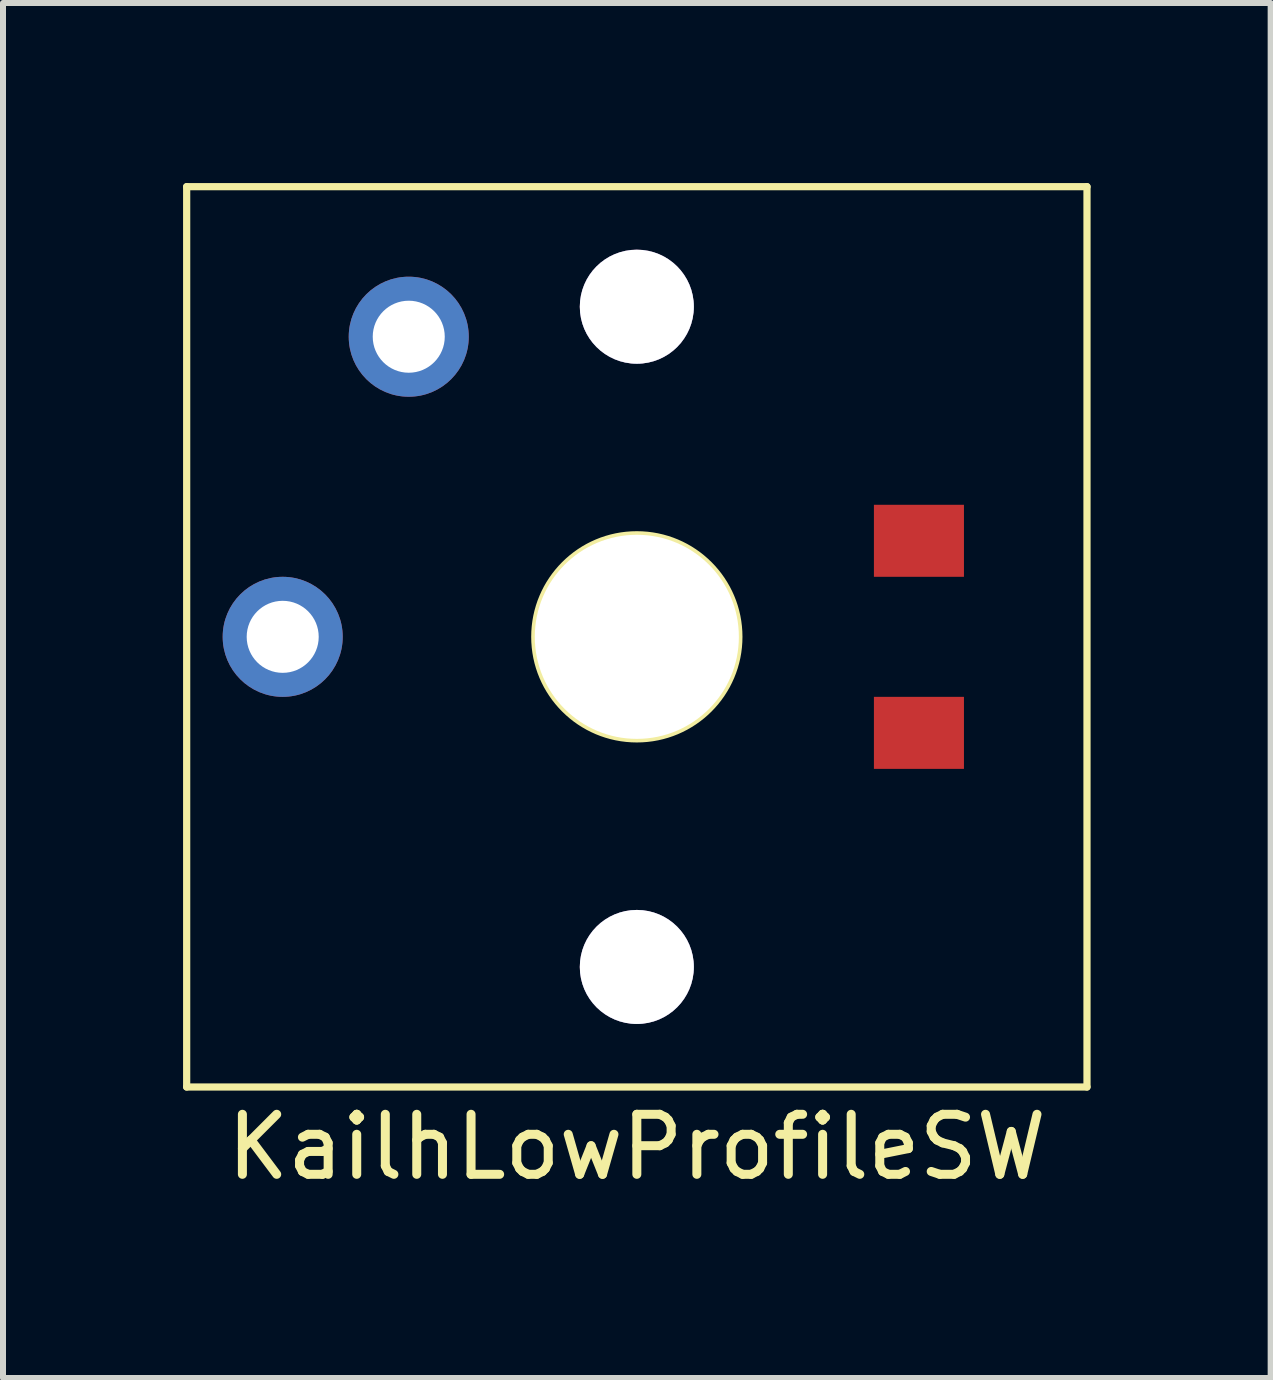
<source format=kicad_pcb>
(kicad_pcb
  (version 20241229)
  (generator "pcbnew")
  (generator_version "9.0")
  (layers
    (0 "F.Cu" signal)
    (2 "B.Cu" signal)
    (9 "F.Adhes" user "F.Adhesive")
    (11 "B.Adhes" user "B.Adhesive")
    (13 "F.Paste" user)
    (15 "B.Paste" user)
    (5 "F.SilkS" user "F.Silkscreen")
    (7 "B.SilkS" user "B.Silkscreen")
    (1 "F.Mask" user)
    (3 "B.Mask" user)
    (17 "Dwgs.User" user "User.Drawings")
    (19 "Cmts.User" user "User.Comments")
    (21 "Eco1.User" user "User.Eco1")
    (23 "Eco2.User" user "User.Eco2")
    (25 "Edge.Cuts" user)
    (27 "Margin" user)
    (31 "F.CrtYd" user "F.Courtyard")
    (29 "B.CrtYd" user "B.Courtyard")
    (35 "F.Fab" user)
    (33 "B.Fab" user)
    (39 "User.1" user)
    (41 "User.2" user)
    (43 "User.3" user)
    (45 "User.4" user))
  (footprint "KailhLowProfileSW"
    (layer "F.Cu")
    (at 7.56 7.56)
    (property "Reference" "KailhLowProfileSW" (at 0 8.5 0) (layer "F.SilkS") (effects (font (size 1 1) (thickness 0.15))))
    (attr through_hole)
    (fp_line (start -7.5 -7.5) (end -7.5 7.5) (stroke (width 0.12) (type solid)) (layer "F.SilkS"))
    (fp_line (start -7.5 7.5) (end 7.5 7.5) (stroke (width 0.12) (type solid)) (layer "F.SilkS"))
    (fp_line (start 7.5 -7.5) (end -7.5 -7.5) (stroke (width 0.12) (type solid)) (layer "F.SilkS"))
    (fp_line (start 7.5 7.5) (end 7.5 -7.5) (stroke (width 0.12) (type solid)) (layer "F.SilkS"))
    (fp_circle (center 0 0) (end 1.7 0) (stroke (width 0.12) (type solid)) (fill no) (layer "F.SilkS"))
    (pad "" thru_hole circle (at 0 -5.5) (size 1.9 1.9) (drill 1.9) (layers "*.Cu" "*.Mask"))
    (pad "" thru_hole circle (at 0 0) (size 3.4 3.4) (drill 3.4) (layers "*.Cu" "*.Mask"))
    (pad "" thru_hole circle (at 0 5.5) (size 1.9 1.9) (drill 1.9) (layers "*.Cu" "*.Mask"))
    (pad "1" thru_hole circle (at -5.9 0) (size 2 2) (drill 1.2) (layers "*.Cu" "*.Mask"))
    (pad "2" thru_hole circle (at -3.8 -5) (size 2 2) (drill 1.2) (layers "*.Cu" "*.Mask"))
    (pad "3" smd rect (at 4.7 -1.6) (size 1.5 1.2) (layers "F.Cu" "F.Mask" "F.Paste"))
    (pad "4" smd rect (at 4.7 1.6) (size 1.5 1.2) (layers "F.Cu" "F.Mask" "F.Paste")))
  (gr_rect
    (start -3 -3)
    (end 18.12 19.908)
    (stroke (width 0.1) (type default))
    (fill no)
    (layer "Edge.Cuts")))
</source>
